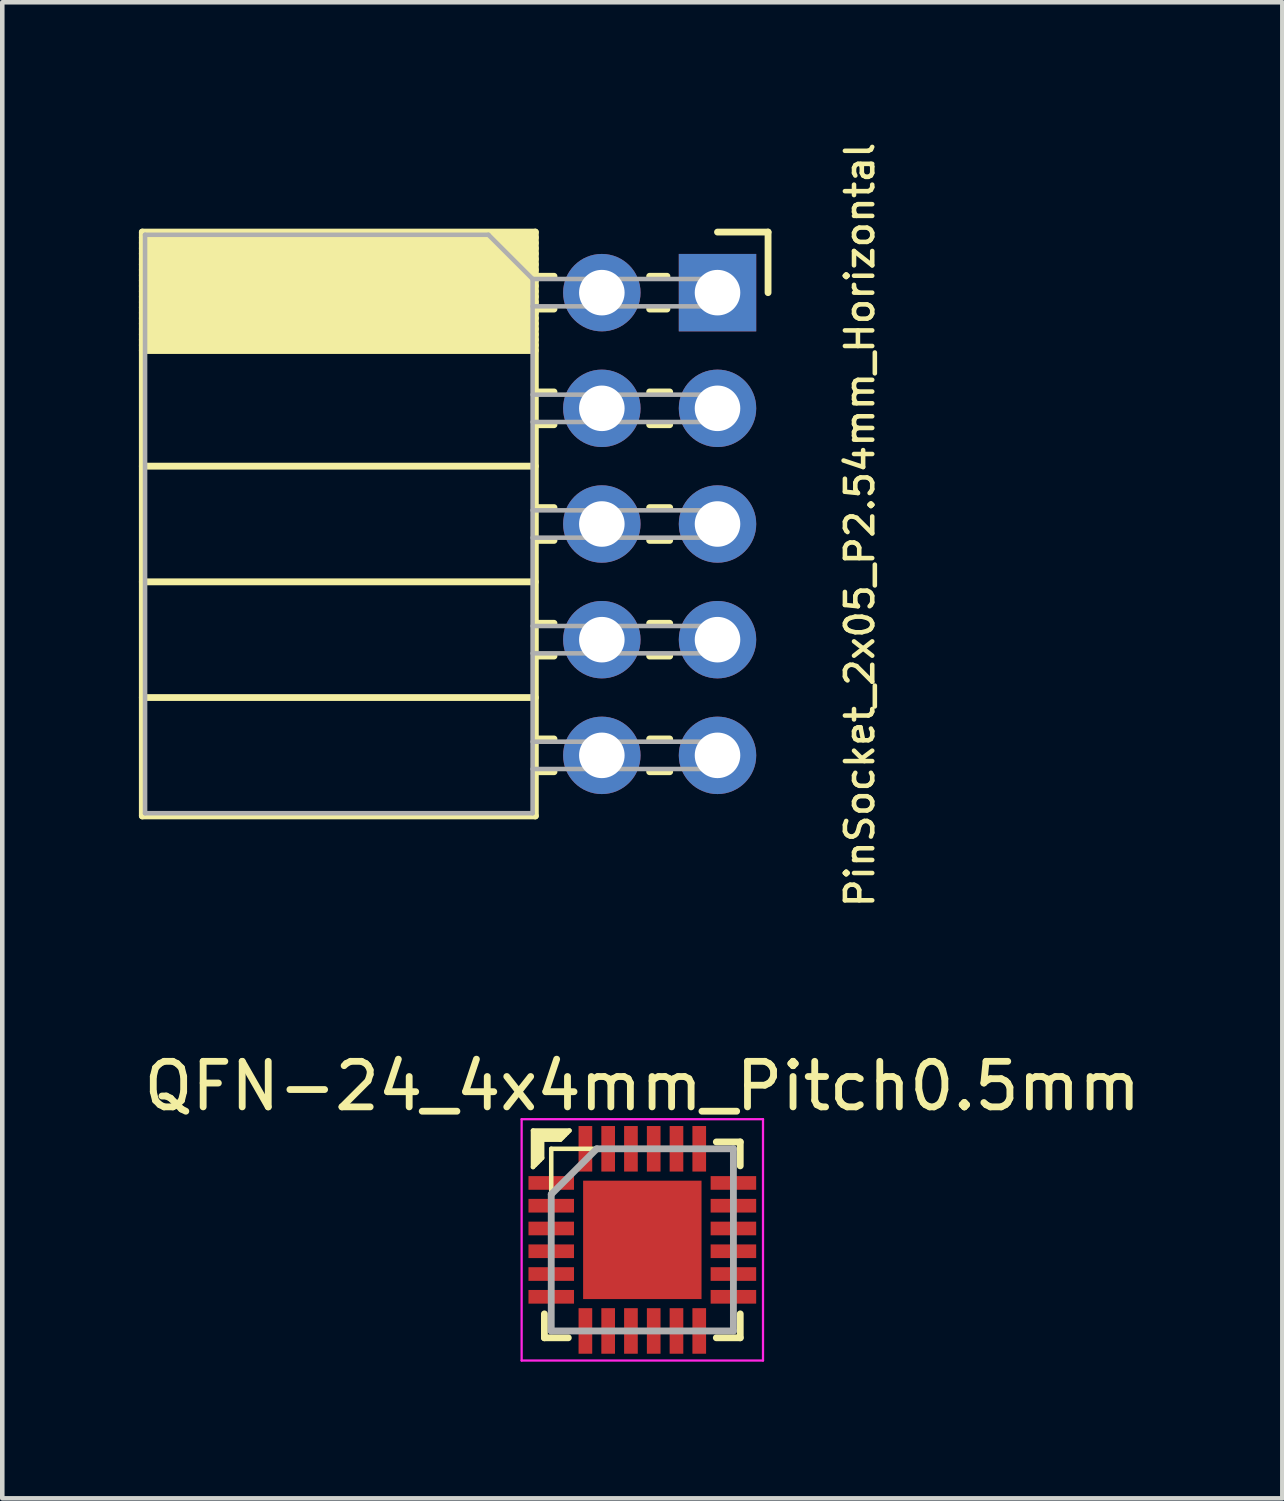
<source format=kicad_pcb>
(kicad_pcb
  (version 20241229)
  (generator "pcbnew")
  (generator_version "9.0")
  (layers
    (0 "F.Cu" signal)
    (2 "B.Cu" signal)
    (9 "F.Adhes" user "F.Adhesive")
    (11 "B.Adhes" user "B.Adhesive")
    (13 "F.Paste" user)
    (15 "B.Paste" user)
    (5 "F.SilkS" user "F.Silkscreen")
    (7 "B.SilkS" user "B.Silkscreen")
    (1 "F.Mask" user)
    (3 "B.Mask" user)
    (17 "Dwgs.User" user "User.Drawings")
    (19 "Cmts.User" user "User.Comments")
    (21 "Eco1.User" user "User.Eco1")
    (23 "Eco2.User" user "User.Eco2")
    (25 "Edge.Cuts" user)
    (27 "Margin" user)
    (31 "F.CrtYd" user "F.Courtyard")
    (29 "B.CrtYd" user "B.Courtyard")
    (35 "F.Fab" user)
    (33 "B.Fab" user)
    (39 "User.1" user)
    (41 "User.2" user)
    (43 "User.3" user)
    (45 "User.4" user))
  (footprint "QFN-24_4x4mm_Pitch0.5mm"
    (layer "F.Cu")
    (at 11.054 24.175)
    (property "Reference" "QFN-24_4x4mm_Pitch0.5mm" (at 0 -3.375 0) (layer "F.SilkS") (effects (font (size 1 1) (thickness 0.15))))
    (attr smd)
    (fp_line (start -2.4 -2.4) (end -2.4 -1.6) (stroke (width 0.1) (type solid)) (layer "F.SilkS"))
    (fp_line (start -2.4 -1.6) (end -2.2 -1.8) (stroke (width 0.1) (type solid)) (layer "F.SilkS"))
    (fp_line (start -2.35 -2.35) (end -2.35 -1.65) (stroke (width 0.1) (type solid)) (layer "F.SilkS"))
    (fp_line (start -2.35 -2.35) (end -1.65 -2.35) (stroke (width 0.1) (type solid)) (layer "F.SilkS"))
    (fp_line (start -2.3 -2.3) (end -2.3 -1.7) (stroke (width 0.1) (type solid)) (layer "F.SilkS"))
    (fp_line (start -2.25 -2.25) (end -2.25 -1.75) (stroke (width 0.1) (type solid)) (layer "F.SilkS"))
    (fp_line (start -2.25 -2.25) (end -1.75 -2.25) (stroke (width 0.1) (type solid)) (layer "F.SilkS"))
    (fp_line (start -2.2 -2.2) (end -1.8 -2.2) (stroke (width 0.1) (type solid)) (layer "F.SilkS"))
    (fp_line (start -2.2 -1.8) (end -2.2 -2.2) (stroke (width 0.1) (type solid)) (layer "F.SilkS"))
    (fp_line (start -2.15 2.15) (end -2.15 1.625) (stroke (width 0.15) (type solid)) (layer "F.SilkS"))
    (fp_line (start -2.15 2.15) (end -1.625 2.15) (stroke (width 0.15) (type solid)) (layer "F.SilkS"))
    (fp_line (start -2 -2) (end -2 2) (stroke (width 0.1) (type solid)) (layer "F.SilkS"))
    (fp_line (start -2 2) (end 2 2) (stroke (width 0.1) (type solid)) (layer "F.SilkS"))
    (fp_line (start -1.8 -2.2) (end -1.6 -2.4) (stroke (width 0.1) (type solid)) (layer "F.SilkS"))
    (fp_line (start -1.7 -2.3) (end -2.3 -2.3) (stroke (width 0.1) (type solid)) (layer "F.SilkS"))
    (fp_line (start -1.6 -2.4) (end -2.4 -2.4) (stroke (width 0.1) (type solid)) (layer "F.SilkS"))
    (fp_line (start 2 -2) (end -2 -2) (stroke (width 0.1) (type solid)) (layer "F.SilkS"))
    (fp_line (start 2 2) (end 2 -2) (stroke (width 0.1) (type solid)) (layer "F.SilkS"))
    (fp_line (start 2.15 -2.15) (end 1.625 -2.15) (stroke (width 0.15) (type solid)) (layer "F.SilkS"))
    (fp_line (start 2.15 -2.15) (end 2.15 -1.625) (stroke (width 0.15) (type solid)) (layer "F.SilkS"))
    (fp_line (start 2.15 2.15) (end 1.625 2.15) (stroke (width 0.15) (type solid)) (layer "F.SilkS"))
    (fp_line (start 2.15 2.15) (end 2.15 1.625) (stroke (width 0.15) (type solid)) (layer "F.SilkS"))
    (fp_line (start -2.65 -2.65) (end -2.65 2.65) (stroke (width 0.05) (type solid)) (layer "F.CrtYd"))
    (fp_line (start -2.65 -2.65) (end 2.65 -2.65) (stroke (width 0.05) (type solid)) (layer "F.CrtYd"))
    (fp_line (start -2.65 2.65) (end 2.65 2.65) (stroke (width 0.05) (type solid)) (layer "F.CrtYd"))
    (fp_line (start 2.65 -2.65) (end 2.65 2.65) (stroke (width 0.05) (type solid)) (layer "F.CrtYd"))
    (fp_line (start -2 -1) (end -1 -2) (stroke (width 0.15) (type solid)) (layer "F.Fab"))
    (fp_line (start -2 2) (end -2 -1) (stroke (width 0.15) (type solid)) (layer "F.Fab"))
    (fp_line (start -1 -2) (end 2 -2) (stroke (width 0.15) (type solid)) (layer "F.Fab"))
    (fp_line (start 2 -2) (end 2 2) (stroke (width 0.15) (type solid)) (layer "F.Fab"))
    (fp_line (start 2 2) (end -2 2) (stroke (width 0.15) (type solid)) (layer "F.Fab"))
    (pad "1" smd rect (at -2 -1.25) (size 1 0.3) (layers "F.Cu" "F.Mask" "F.Paste"))
    (pad "2" smd rect (at -2 -0.75) (size 1 0.3) (layers "F.Cu" "F.Mask" "F.Paste"))
    (pad "3" smd rect (at -2 -0.25) (size 1 0.3) (layers "F.Cu" "F.Mask" "F.Paste"))
    (pad "4" smd rect (at -2 0.25) (size 1 0.3) (layers "F.Cu" "F.Mask" "F.Paste"))
    (pad "5" smd rect (at -2 0.75) (size 1 0.3) (layers "F.Cu" "F.Mask" "F.Paste"))
    (pad "6" smd rect (at -2 1.25) (size 1 0.3) (layers "F.Cu" "F.Mask" "F.Paste"))
    (pad "7" smd rect (at -1.25 2 90) (size 1 0.3) (layers "F.Cu" "F.Mask" "F.Paste"))
    (pad "8" smd rect (at -0.75 2 90) (size 1 0.3) (layers "F.Cu" "F.Mask" "F.Paste"))
    (pad "9" smd rect (at -0.25 2 90) (size 1 0.3) (layers "F.Cu" "F.Mask" "F.Paste"))
    (pad "10" smd rect (at 0.25 2 90) (size 1 0.3) (layers "F.Cu" "F.Mask" "F.Paste"))
    (pad "11" smd rect (at 0.75 2 90) (size 1 0.3) (layers "F.Cu" "F.Mask" "F.Paste"))
    (pad "12" smd rect (at 1.25 2 90) (size 1 0.3) (layers "F.Cu" "F.Mask" "F.Paste"))
    (pad "13" smd rect (at 2 1.25) (size 1 0.3) (layers "F.Cu" "F.Mask" "F.Paste"))
    (pad "14" smd rect (at 2 0.75) (size 1 0.3) (layers "F.Cu" "F.Mask" "F.Paste"))
    (pad "15" smd rect (at 2 0.25) (size 1 0.3) (layers "F.Cu" "F.Mask" "F.Paste"))
    (pad "16" smd rect (at 2 -0.25) (size 1 0.3) (layers "F.Cu" "F.Mask" "F.Paste"))
    (pad "17" smd rect (at 2 -0.75) (size 1 0.3) (layers "F.Cu" "F.Mask" "F.Paste"))
    (pad "18" smd rect (at 2 -1.25) (size 1 0.3) (layers "F.Cu" "F.Mask" "F.Paste"))
    (pad "19" smd rect (at 1.25 -2 90) (size 1 0.3) (layers "F.Cu" "F.Mask" "F.Paste"))
    (pad "20" smd rect (at 0.75 -2 90) (size 1 0.3) (layers "F.Cu" "F.Mask" "F.Paste"))
    (pad "21" smd rect (at 0.25 -2 90) (size 1 0.3) (layers "F.Cu" "F.Mask" "F.Paste"))
    (pad "22" smd rect (at -0.25 -2 90) (size 1 0.3) (layers "F.Cu" "F.Mask" "F.Paste"))
    (pad "23" smd rect (at -0.75 -2 90) (size 1 0.3) (layers "F.Cu" "F.Mask" "F.Paste"))
    (pad "24" smd rect (at -1.25 -2 90) (size 1 0.3) (layers "F.Cu" "F.Mask" "F.Paste"))
    (pad "25" smd rect (at 0 0) (size 2.6 2.6) (layers "F.Cu" "F.Mask" "F.Paste")))
  (footprint "PinSocket_2x05_P2.54mm_Horizontal"
    (layer "F.Cu")
    (at 11.435 8.456)
    (property "Reference" "PinSocket_2x05_P2.54mm_Horizontal" (at 4.395 0.02 90) (layer "F.SilkS") (effects (font (size 0.6 0.6) (thickness 0.1))))
    (attr through_hole)
    (fp_line (start -11.36 -6.41) (end -11.36 6.41) (stroke (width 0.15) (type solid)) (layer "F.SilkS"))
    (fp_line (start -11.36 -6.41) (end -2.73 -6.41) (stroke (width 0.15) (type solid)) (layer "F.SilkS"))
    (fp_line (start -11.36 -6.29) (end -2.73 -6.29) (stroke (width 0.15) (type solid)) (layer "F.SilkS"))
    (fp_line (start -11.36 -6.172) (end -2.73 -6.172) (stroke (width 0.15) (type solid)) (layer "F.SilkS"))
    (fp_line (start -11.36 -6.054) (end -2.73 -6.054) (stroke (width 0.15) (type solid)) (layer "F.SilkS"))
    (fp_line (start -11.36 -5.936) (end -2.73 -5.936) (stroke (width 0.15) (type solid)) (layer "F.SilkS"))
    (fp_line (start -11.36 -5.818) (end -2.73 -5.818) (stroke (width 0.15) (type solid)) (layer "F.SilkS"))
    (fp_line (start -11.36 -5.7) (end -2.73 -5.7) (stroke (width 0.15) (type solid)) (layer "F.SilkS"))
    (fp_line (start -11.36 -5.581) (end -2.73 -5.581) (stroke (width 0.15) (type solid)) (layer "F.SilkS"))
    (fp_line (start -11.36 -5.463) (end -2.73 -5.463) (stroke (width 0.15) (type solid)) (layer "F.SilkS"))
    (fp_line (start -11.36 -5.345) (end -2.73 -5.345) (stroke (width 0.15) (type solid)) (layer "F.SilkS"))
    (fp_line (start -11.36 -5.227) (end -2.73 -5.227) (stroke (width 0.15) (type solid)) (layer "F.SilkS"))
    (fp_line (start -11.36 -5.109) (end -2.73 -5.109) (stroke (width 0.15) (type solid)) (layer "F.SilkS"))
    (fp_line (start -11.36 -4.991) (end -2.73 -4.991) (stroke (width 0.15) (type solid)) (layer "F.SilkS"))
    (fp_line (start -11.36 -4.873) (end -2.73 -4.873) (stroke (width 0.15) (type solid)) (layer "F.SilkS"))
    (fp_line (start -11.36 -4.755) (end -2.73 -4.755) (stroke (width 0.15) (type solid)) (layer "F.SilkS"))
    (fp_line (start -11.36 -4.637) (end -2.73 -4.637) (stroke (width 0.15) (type solid)) (layer "F.SilkS"))
    (fp_line (start -11.36 -4.519) (end -2.73 -4.519) (stroke (width 0.15) (type solid)) (layer "F.SilkS"))
    (fp_line (start -11.36 -4.4) (end -2.73 -4.4) (stroke (width 0.15) (type solid)) (layer "F.SilkS"))
    (fp_line (start -11.36 -4.282) (end -2.73 -4.282) (stroke (width 0.15) (type solid)) (layer "F.SilkS"))
    (fp_line (start -11.36 -4.164) (end -2.73 -4.164) (stroke (width 0.15) (type solid)) (layer "F.SilkS"))
    (fp_line (start -11.36 -4.046) (end -2.73 -4.046) (stroke (width 0.15) (type solid)) (layer "F.SilkS"))
    (fp_line (start -11.36 -3.928) (end -2.73 -3.928) (stroke (width 0.15) (type solid)) (layer "F.SilkS"))
    (fp_line (start -11.36 -3.81) (end -2.73 -3.81) (stroke (width 0.15) (type solid)) (layer "F.SilkS"))
    (fp_line (start -11.36 -1.27) (end -2.73 -1.27) (stroke (width 0.15) (type solid)) (layer "F.SilkS"))
    (fp_line (start -11.36 1.27) (end -2.73 1.27) (stroke (width 0.15) (type solid)) (layer "F.SilkS"))
    (fp_line (start -11.36 3.81) (end -2.73 3.81) (stroke (width 0.15) (type solid)) (layer "F.SilkS"))
    (fp_line (start -11.36 6.41) (end -2.73 6.41) (stroke (width 0.15) (type solid)) (layer "F.SilkS"))
    (fp_line (start -2.73 -6.41) (end -2.73 6.41) (stroke (width 0.15) (type solid)) (layer "F.SilkS"))
    (fp_line (start -2.73 -5.44) (end -2.32 -5.44) (stroke (width 0.15) (type solid)) (layer "F.SilkS"))
    (fp_line (start -2.73 -4.72) (end -2.32 -4.72) (stroke (width 0.15) (type solid)) (layer "F.SilkS"))
    (fp_line (start -2.73 -2.9) (end -2.32 -2.9) (stroke (width 0.15) (type solid)) (layer "F.SilkS"))
    (fp_line (start -2.73 -2.18) (end -2.32 -2.18) (stroke (width 0.15) (type solid)) (layer "F.SilkS"))
    (fp_line (start -2.73 -0.36) (end -2.32 -0.36) (stroke (width 0.15) (type solid)) (layer "F.SilkS"))
    (fp_line (start -2.73 0.36) (end -2.32 0.36) (stroke (width 0.15) (type solid)) (layer "F.SilkS"))
    (fp_line (start -2.73 2.18) (end -2.32 2.18) (stroke (width 0.15) (type solid)) (layer "F.SilkS"))
    (fp_line (start -2.73 2.9) (end -2.32 2.9) (stroke (width 0.15) (type solid)) (layer "F.SilkS"))
    (fp_line (start -2.73 4.72) (end -2.32 4.72) (stroke (width 0.15) (type solid)) (layer "F.SilkS"))
    (fp_line (start -2.73 5.44) (end -2.32 5.44) (stroke (width 0.15) (type solid)) (layer "F.SilkS"))
    (fp_line (start -0.22 -5.44) (end 0.16 -5.44) (stroke (width 0.15) (type solid)) (layer "F.SilkS"))
    (fp_line (start -0.22 -4.72) (end 0.16 -4.72) (stroke (width 0.15) (type solid)) (layer "F.SilkS"))
    (fp_line (start -0.22 -2.9) (end 0.22 -2.9) (stroke (width 0.15) (type solid)) (layer "F.SilkS"))
    (fp_line (start -0.22 -2.18) (end 0.22 -2.18) (stroke (width 0.15) (type solid)) (layer "F.SilkS"))
    (fp_line (start -0.22 -0.36) (end 0.22 -0.36) (stroke (width 0.15) (type solid)) (layer "F.SilkS"))
    (fp_line (start -0.22 0.36) (end 0.22 0.36) (stroke (width 0.15) (type solid)) (layer "F.SilkS"))
    (fp_line (start -0.22 2.18) (end 0.22 2.18) (stroke (width 0.15) (type solid)) (layer "F.SilkS"))
    (fp_line (start -0.22 2.9) (end 0.22 2.9) (stroke (width 0.15) (type solid)) (layer "F.SilkS"))
    (fp_line (start -0.22 4.72) (end 0.22 4.72) (stroke (width 0.15) (type solid)) (layer "F.SilkS"))
    (fp_line (start -0.22 5.44) (end 0.22 5.44) (stroke (width 0.15) (type solid)) (layer "F.SilkS"))
    (fp_line (start 1.27 -6.41) (end 2.38 -6.41) (stroke (width 0.15) (type solid)) (layer "F.SilkS"))
    (fp_line (start 2.38 -6.41) (end 2.38 -5.08) (stroke (width 0.15) (type solid)) (layer "F.SilkS"))
    (fp_line (start -11.3 -6.35) (end -3.76 -6.35) (stroke (width 0.1) (type solid)) (layer "F.Fab"))
    (fp_line (start -11.3 6.35) (end -11.3 -6.35) (stroke (width 0.1) (type solid)) (layer "F.Fab"))
    (fp_line (start -3.76 -6.35) (end -2.79 -5.38) (stroke (width 0.1) (type solid)) (layer "F.Fab"))
    (fp_line (start -2.79 -5.38) (end -2.79 6.35) (stroke (width 0.1) (type solid)) (layer "F.Fab"))
    (fp_line (start -2.79 -4.78) (end 1.27 -4.78) (stroke (width 0.1) (type solid)) (layer "F.Fab"))
    (fp_line (start -2.79 -2.24) (end 1.27 -2.24) (stroke (width 0.1) (type solid)) (layer "F.Fab"))
    (fp_line (start -2.79 0.3) (end 1.27 0.3) (stroke (width 0.1) (type solid)) (layer "F.Fab"))
    (fp_line (start -2.79 2.84) (end 1.27 2.84) (stroke (width 0.1) (type solid)) (layer "F.Fab"))
    (fp_line (start -2.79 5.38) (end 1.27 5.38) (stroke (width 0.1) (type solid)) (layer "F.Fab"))
    (fp_line (start -2.79 6.35) (end -11.3 6.35) (stroke (width 0.1) (type solid)) (layer "F.Fab"))
    (fp_line (start 1.27 -5.38) (end -2.79 -5.38) (stroke (width 0.1) (type solid)) (layer "F.Fab"))
    (fp_line (start 1.27 -4.78) (end 1.27 -5.38) (stroke (width 0.1) (type solid)) (layer "F.Fab"))
    (fp_line (start 1.27 -2.84) (end -2.79 -2.84) (stroke (width 0.1) (type solid)) (layer "F.Fab"))
    (fp_line (start 1.27 -2.24) (end 1.27 -2.84) (stroke (width 0.1) (type solid)) (layer "F.Fab"))
    (fp_line (start 1.27 -0.3) (end -2.79 -0.3) (stroke (width 0.1) (type solid)) (layer "F.Fab"))
    (fp_line (start 1.27 0.3) (end 1.27 -0.3) (stroke (width 0.1) (type solid)) (layer "F.Fab"))
    (fp_line (start 1.27 2.24) (end -2.79 2.24) (stroke (width 0.1) (type solid)) (layer "F.Fab"))
    (fp_line (start 1.27 2.84) (end 1.27 2.24) (stroke (width 0.1) (type solid)) (layer "F.Fab"))
    (fp_line (start 1.27 4.78) (end -2.79 4.78) (stroke (width 0.1) (type solid)) (layer "F.Fab"))
    (fp_line (start 1.27 5.38) (end 1.27 4.78) (stroke (width 0.1) (type solid)) (layer "F.Fab"))
    (pad "1" thru_hole rect (at 1.27 -5.08) (size 1.7 1.7) (drill 1) (layers "*.Cu" "*.Mask"))
    (pad "2" thru_hole oval (at -1.27 -5.08) (size 1.7 1.7) (drill 1) (layers "*.Cu" "*.Mask"))
    (pad "3" thru_hole oval (at 1.27 -2.54) (size 1.7 1.7) (drill 1) (layers "*.Cu" "*.Mask"))
    (pad "4" thru_hole oval (at -1.27 -2.54) (size 1.7 1.7) (drill 1) (layers "*.Cu" "*.Mask"))
    (pad "5" thru_hole oval (at 1.27 0) (size 1.7 1.7) (drill 1) (layers "*.Cu" "*.Mask"))
    (pad "6" thru_hole oval (at -1.27 0) (size 1.7 1.7) (drill 1) (layers "*.Cu" "*.Mask"))
    (pad "7" thru_hole oval (at 1.27 2.54) (size 1.7 1.7) (drill 1) (layers "*.Cu" "*.Mask"))
    (pad "8" thru_hole oval (at -1.27 2.54) (size 1.7 1.7) (drill 1) (layers "*.Cu" "*.Mask"))
    (pad "9" thru_hole oval (at 1.27 5.08) (size 1.7 1.7) (drill 1) (layers "*.Cu" "*.Mask"))
    (pad "10" thru_hole oval (at -1.27 5.08) (size 1.7 1.7) (drill 1) (layers "*.Cu" "*.Mask")))
  (gr_rect
    (start -3 -3)
    (end 25.107 29.85)
    (stroke (width 0.1) (type default))
    (fill no)
    (layer "Edge.Cuts")))
</source>
